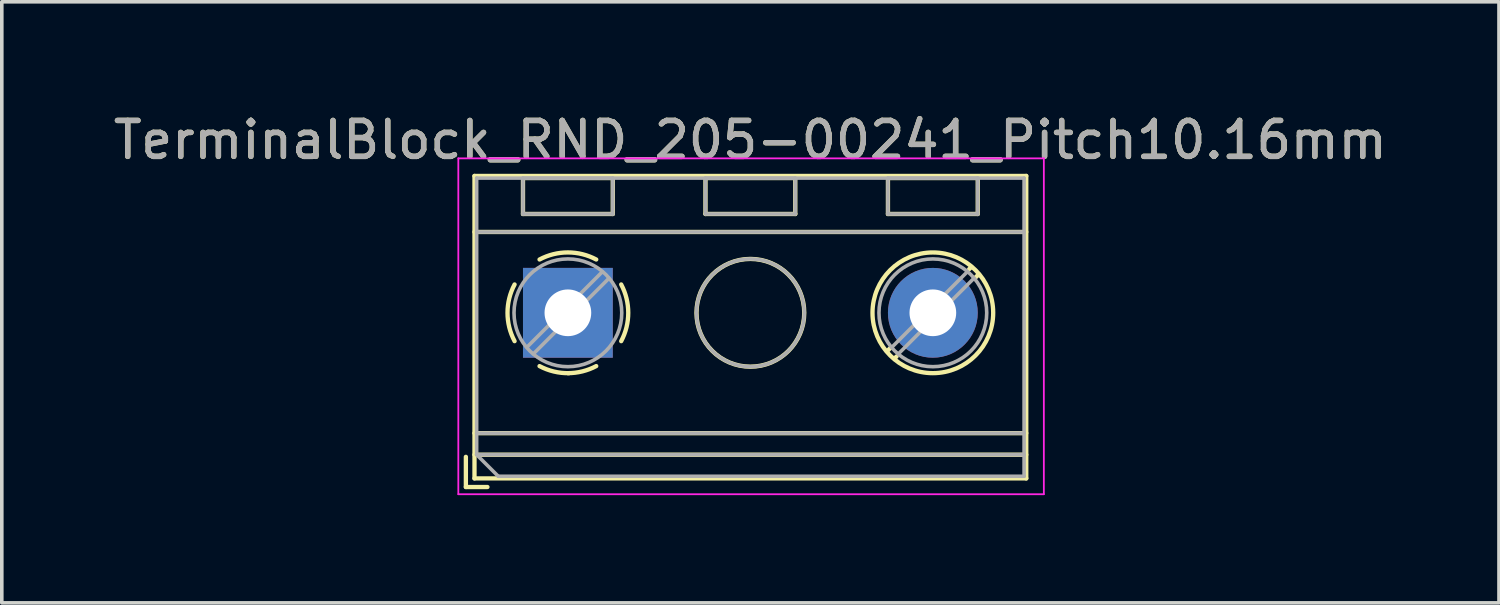
<source format=kicad_pcb>
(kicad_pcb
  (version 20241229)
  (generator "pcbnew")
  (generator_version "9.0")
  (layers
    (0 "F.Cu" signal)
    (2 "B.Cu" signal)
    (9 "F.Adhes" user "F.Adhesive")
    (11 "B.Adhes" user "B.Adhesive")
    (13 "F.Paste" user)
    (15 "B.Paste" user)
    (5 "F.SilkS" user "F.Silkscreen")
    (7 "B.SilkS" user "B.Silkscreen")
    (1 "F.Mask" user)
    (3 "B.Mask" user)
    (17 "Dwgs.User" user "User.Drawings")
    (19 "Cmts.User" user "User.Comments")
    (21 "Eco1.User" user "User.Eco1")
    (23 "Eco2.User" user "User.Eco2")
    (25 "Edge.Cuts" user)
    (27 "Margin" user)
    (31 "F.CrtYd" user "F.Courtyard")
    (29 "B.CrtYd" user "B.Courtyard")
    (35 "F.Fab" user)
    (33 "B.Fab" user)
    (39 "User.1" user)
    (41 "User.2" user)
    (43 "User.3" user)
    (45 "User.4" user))
  (footprint "TerminalBlock_RND_205-00241_Pitch10.16mm"
    (layer "F.Cu")
    (at 12.759 5.658)
    (property "Reference" "TerminalBlock_RND_205-00241_Pitch10.16mm" (at 5.08 -4.81 0) (layer "F.SilkS") (effects (font (size 1 1) (thickness 0.15))))
    (attr through_hole)
    (fp_line (start -2.84 4.01) (end -2.84 4.85) (stroke (width 0.12) (type solid)) (layer "F.SilkS"))
    (fp_line (start -2.84 4.85) (end -2.24 4.85) (stroke (width 0.12) (type solid)) (layer "F.SilkS"))
    (fp_line (start -2.6 -3.81) (end -2.6 4.61) (stroke (width 0.12) (type solid)) (layer "F.SilkS"))
    (fp_line (start -2.6 -2.25) (end 12.76 -2.25) (stroke (width 0.12) (type solid)) (layer "F.SilkS"))
    (fp_line (start -2.6 3.35) (end 12.76 3.35) (stroke (width 0.12) (type solid)) (layer "F.SilkS"))
    (fp_line (start -2.6 3.95) (end 12.76 3.95) (stroke (width 0.12) (type solid)) (layer "F.SilkS"))
    (fp_line (start -2.6 4.61) (end 12.76 4.61) (stroke (width 0.12) (type solid)) (layer "F.SilkS"))
    (fp_line (start -1.25 -3.751) (end -1.25 -2.751) (stroke (width 0.12) (type solid)) (layer "F.SilkS"))
    (fp_line (start -1.25 -3.751) (end 1.25 -3.751) (stroke (width 0.12) (type solid)) (layer "F.SilkS"))
    (fp_line (start -1.25 -2.751) (end 1.25 -2.751) (stroke (width 0.12) (type solid)) (layer "F.SilkS"))
    (fp_line (start 1.25 -3.751) (end 1.25 -2.751) (stroke (width 0.12) (type solid)) (layer "F.SilkS"))
    (fp_line (start 3.83 -3.751) (end 3.83 -2.751) (stroke (width 0.12) (type solid)) (layer "F.SilkS"))
    (fp_line (start 3.83 -3.751) (end 6.33 -3.751) (stroke (width 0.12) (type solid)) (layer "F.SilkS"))
    (fp_line (start 3.83 -2.751) (end 6.33 -2.751) (stroke (width 0.12) (type solid)) (layer "F.SilkS"))
    (fp_line (start 6.33 -3.751) (end 6.33 -2.751) (stroke (width 0.12) (type solid)) (layer "F.SilkS"))
    (fp_line (start 8.91 -3.751) (end 8.91 -2.751) (stroke (width 0.12) (type solid)) (layer "F.SilkS"))
    (fp_line (start 8.91 -3.751) (end 11.41 -3.751) (stroke (width 0.12) (type solid)) (layer "F.SilkS"))
    (fp_line (start 8.91 -2.751) (end 11.41 -2.751) (stroke (width 0.12) (type solid)) (layer "F.SilkS"))
    (fp_line (start 8.98 0.976) (end 8.886 1.069) (stroke (width 0.12) (type solid)) (layer "F.SilkS"))
    (fp_line (start 9.15 1.216) (end 9.091 1.274) (stroke (width 0.12) (type solid)) (layer "F.SilkS"))
    (fp_line (start 11.23 -1.275) (end 11.171 -1.216) (stroke (width 0.12) (type solid)) (layer "F.SilkS"))
    (fp_line (start 11.41 -3.751) (end 11.41 -2.751) (stroke (width 0.12) (type solid)) (layer "F.SilkS"))
    (fp_line (start 11.435 -1.069) (end 11.341 -0.976) (stroke (width 0.12) (type solid)) (layer "F.SilkS"))
    (fp_line (start 12.76 -3.81) (end -2.6 -3.81) (stroke (width 0.12) (type solid)) (layer "F.SilkS"))
    (fp_line (start 12.76 4.61) (end 12.76 -3.81) (stroke (width 0.12) (type solid)) (layer "F.SilkS"))
    (fp_arc (start -1.483953 0.789089) (mid -1.680708 0.00005) (end -1.484 -0.789) (stroke (width 0.12) (type solid)) (layer "F.SilkS"))
    (fp_arc (start -0.789089 -1.483953) (mid -0.00005 -1.680708) (end 0.789 -1.484) (stroke (width 0.12) (type solid)) (layer "F.SilkS"))
    (fp_arc (start 0.029383 1.68045) (mid -0.392304 1.634281) (end -0.789 1.484) (stroke (width 0.12) (type solid)) (layer "F.SilkS"))
    (fp_arc (start 0.788712 1.483352) (mid 0.406429 1.630097) (end 0 1.68) (stroke (width 0.12) (type solid)) (layer "F.SilkS"))
    (fp_arc (start 1.483953 -0.789089) (mid 1.680708 -0.00005) (end 1.484 0.789) (stroke (width 0.12) (type solid)) (layer "F.SilkS"))
    (fp_circle (center 5.08 0) (end 6.58 0) (stroke (width 0.12) (type solid)) (fill no) (layer "F.SilkS"))
    (fp_circle (center 10.16 0) (end 11.84 0) (stroke (width 0.12) (type solid)) (fill no) (layer "F.SilkS"))
    (fp_line (start -3.05 -4.3) (end -3.05 5.05) (stroke (width 0.05) (type solid)) (layer "F.CrtYd"))
    (fp_line (start -3.05 5.05) (end 13.25 5.05) (stroke (width 0.05) (type solid)) (layer "F.CrtYd"))
    (fp_line (start 13.25 -4.3) (end -3.05 -4.3) (stroke (width 0.05) (type solid)) (layer "F.CrtYd"))
    (fp_line (start 13.25 5.05) (end 13.25 -4.3) (stroke (width 0.05) (type solid)) (layer "F.CrtYd"))
    (fp_line (start -2.54 -3.75) (end 12.7 -3.75) (stroke (width 0.1) (type solid)) (layer "F.Fab"))
    (fp_line (start -2.54 -2.25) (end 12.7 -2.25) (stroke (width 0.1) (type solid)) (layer "F.Fab"))
    (fp_line (start -2.54 3.35) (end 12.7 3.35) (stroke (width 0.1) (type solid)) (layer "F.Fab"))
    (fp_line (start -2.54 3.95) (end -2.54 -3.75) (stroke (width 0.1) (type solid)) (layer "F.Fab"))
    (fp_line (start -2.54 3.95) (end 12.7 3.95) (stroke (width 0.1) (type solid)) (layer "F.Fab"))
    (fp_line (start -1.94 4.55) (end -2.54 3.95) (stroke (width 0.1) (type solid)) (layer "F.Fab"))
    (fp_line (start -1.25 -3.75) (end -1.25 -2.75) (stroke (width 0.1) (type solid)) (layer "F.Fab"))
    (fp_line (start -1.25 -2.75) (end 1.25 -2.75) (stroke (width 0.1) (type solid)) (layer "F.Fab"))
    (fp_line (start 0.955 -1.138) (end -1.138 0.955) (stroke (width 0.1) (type solid)) (layer "F.Fab"))
    (fp_line (start 1.138 -0.955) (end -0.955 1.138) (stroke (width 0.1) (type solid)) (layer "F.Fab"))
    (fp_line (start 1.25 -3.75) (end -1.25 -3.75) (stroke (width 0.1) (type solid)) (layer "F.Fab"))
    (fp_line (start 1.25 -2.75) (end 1.25 -3.75) (stroke (width 0.1) (type solid)) (layer "F.Fab"))
    (fp_line (start 3.83 -3.75) (end 3.83 -2.75) (stroke (width 0.1) (type solid)) (layer "F.Fab"))
    (fp_line (start 3.83 -2.75) (end 6.33 -2.75) (stroke (width 0.1) (type solid)) (layer "F.Fab"))
    (fp_line (start 6.33 -3.75) (end 3.83 -3.75) (stroke (width 0.1) (type solid)) (layer "F.Fab"))
    (fp_line (start 6.33 -2.75) (end 6.33 -3.75) (stroke (width 0.1) (type solid)) (layer "F.Fab"))
    (fp_line (start 8.91 -3.75) (end 8.91 -2.75) (stroke (width 0.1) (type solid)) (layer "F.Fab"))
    (fp_line (start 8.91 -2.75) (end 11.41 -2.75) (stroke (width 0.1) (type solid)) (layer "F.Fab"))
    (fp_line (start 11.115 -1.138) (end 9.023 0.955) (stroke (width 0.1) (type solid)) (layer "F.Fab"))
    (fp_line (start 11.298 -0.955) (end 9.206 1.138) (stroke (width 0.1) (type solid)) (layer "F.Fab"))
    (fp_line (start 11.41 -3.75) (end 8.91 -3.75) (stroke (width 0.1) (type solid)) (layer "F.Fab"))
    (fp_line (start 11.41 -2.75) (end 11.41 -3.75) (stroke (width 0.1) (type solid)) (layer "F.Fab"))
    (fp_line (start 12.7 -3.75) (end 12.7 4.55) (stroke (width 0.1) (type solid)) (layer "F.Fab"))
    (fp_line (start 12.7 4.55) (end -1.94 4.55) (stroke (width 0.1) (type solid)) (layer "F.Fab"))
    (fp_circle (center 0 0) (end 1.5 0) (stroke (width 0.1) (type solid)) (fill no) (layer "F.Fab"))
    (fp_circle (center 5.08 0) (end 6.58 0) (stroke (width 0.1) (type solid)) (fill no) (layer "F.Fab"))
    (fp_circle (center 10.16 0) (end 11.66 0) (stroke (width 0.1) (type solid)) (fill no) (layer "F.Fab"))
    (fp_text user "${REFERENCE}" (at 5.08 -4.81 0) (layer "F.Fab") (effects (font (size 1 1) (thickness 0.15))))
    (pad "1" thru_hole rect (at 0 0) (size 2.5 2.5) (drill 1.3) (layers "*.Cu" "*.Mask"))
    (pad "2" thru_hole circle (at 10.16 0) (size 2.5 2.5) (drill 1.3) (layers "*.Cu" "*.Mask")))
  (gr_rect
    (start -3 -3)
    (end 38.679 13.733)
    (stroke (width 0.1) (type default))
    (fill no)
    (layer "Edge.Cuts")))
</source>
